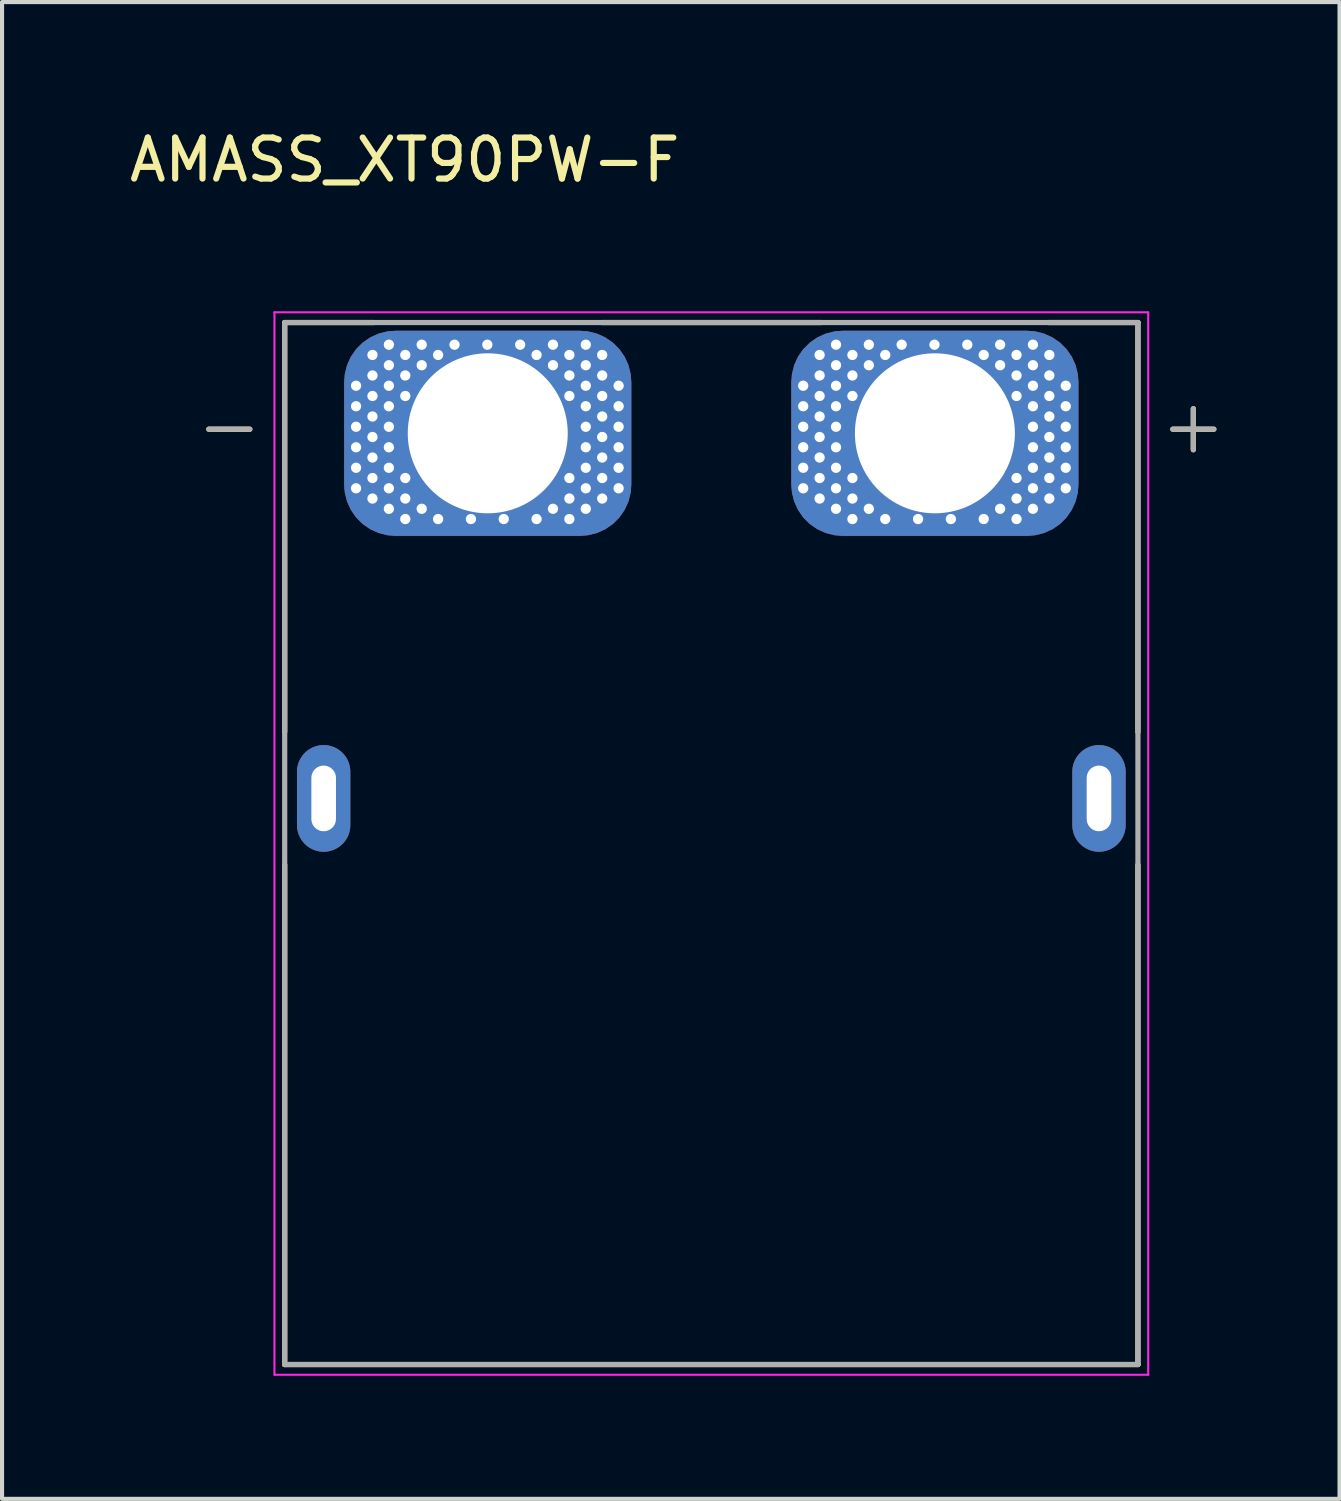
<source format=kicad_pcb>
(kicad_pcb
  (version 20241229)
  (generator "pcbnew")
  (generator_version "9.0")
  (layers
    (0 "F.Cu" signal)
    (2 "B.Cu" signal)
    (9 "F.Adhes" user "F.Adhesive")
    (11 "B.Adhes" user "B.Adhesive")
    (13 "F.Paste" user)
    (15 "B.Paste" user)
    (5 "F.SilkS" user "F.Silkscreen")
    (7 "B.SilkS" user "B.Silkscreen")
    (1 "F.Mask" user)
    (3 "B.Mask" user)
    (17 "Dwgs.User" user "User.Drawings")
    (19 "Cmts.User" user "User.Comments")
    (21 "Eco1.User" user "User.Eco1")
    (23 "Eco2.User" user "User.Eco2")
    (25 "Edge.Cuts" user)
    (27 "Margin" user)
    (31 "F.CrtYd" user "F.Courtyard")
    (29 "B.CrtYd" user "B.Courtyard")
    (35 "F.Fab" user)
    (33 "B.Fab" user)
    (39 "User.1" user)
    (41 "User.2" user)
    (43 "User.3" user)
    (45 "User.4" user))
  (footprint "AMASS_XT90PW-F"
    (layer "F.Cu")
    (at 14.29 16.413)
    (property "Reference" "AMASS_XT90PW-F" (at -7.475 -15.565 0) (layer "F.SilkS") (effects (font (size 1 1) (thickness 0.15))))
    (attr through_hole)
    (fp_line (start -11.25 -9) (end -12.25 -9) (stroke (width 0.127) (type solid)) (layer "F.SilkS"))
    (fp_line (start -10.4 -11.6) (end -10.4 -1.62) (stroke (width 0.127) (type solid)) (layer "F.SilkS"))
    (fp_line (start -10.4 -11.6) (end -8.228 -11.6) (stroke (width 0.127) (type solid)) (layer "F.SilkS"))
    (fp_line (start -10.4 13.8) (end -10.4 1.62) (stroke (width 0.127) (type solid)) (layer "F.SilkS"))
    (fp_line (start 2.672 -11.6) (end -2.672 -11.6) (stroke (width 0.127) (type solid)) (layer "F.SilkS"))
    (fp_line (start 8.228 -11.6) (end 10.4 -11.6) (stroke (width 0.127) (type solid)) (layer "F.SilkS"))
    (fp_line (start 10.4 -11.6) (end 10.4 -1.62) (stroke (width 0.127) (type solid)) (layer "F.SilkS"))
    (fp_line (start 10.4 1.62) (end 10.4 13.8) (stroke (width 0.127) (type solid)) (layer "F.SilkS"))
    (fp_line (start 10.4 13.8) (end -10.4 13.8) (stroke (width 0.127) (type solid)) (layer "F.SilkS"))
    (fp_line (start 11.25 -9) (end 12.25 -9) (stroke (width 0.127) (type solid)) (layer "F.SilkS"))
    (fp_line (start 11.75 -8.5) (end 11.75 -9.5) (stroke (width 0.127) (type solid)) (layer "F.SilkS"))
    (fp_line (start -10.65 -11.85) (end -10.65 14.05) (stroke (width 0.05) (type solid)) (layer "F.CrtYd"))
    (fp_line (start -10.65 14.05) (end 10.65 14.05) (stroke (width 0.05) (type solid)) (layer "F.CrtYd"))
    (fp_line (start 10.65 -11.85) (end -10.65 -11.85) (stroke (width 0.05) (type solid)) (layer "F.CrtYd"))
    (fp_line (start 10.65 14.05) (end 10.65 -11.85) (stroke (width 0.05) (type solid)) (layer "F.CrtYd"))
    (fp_line (start -11.25 -9) (end -12.25 -9) (stroke (width 0.127) (type solid)) (layer "F.Fab"))
    (fp_line (start -10.4 -11.6) (end 10.4 -11.6) (stroke (width 0.127) (type solid)) (layer "F.Fab"))
    (fp_line (start -10.4 13.8) (end -10.4 -11.6) (stroke (width 0.127) (type solid)) (layer "F.Fab"))
    (fp_line (start 10.4 -11.6) (end 10.4 13.8) (stroke (width 0.127) (type solid)) (layer "F.Fab"))
    (fp_line (start 10.4 13.8) (end -10.4 13.8) (stroke (width 0.127) (type solid)) (layer "F.Fab"))
    (fp_line (start 11.75 -8.5) (end 11.75 -9.5) (stroke (width 0.127) (type solid)) (layer "F.Fab"))
    (fp_line (start 12.25 -9) (end 11.25 -9) (stroke (width 0.127) (type solid)) (layer "F.Fab"))
    (pad "1" thru_hole circle (at -8.66 -10.06 270) (size 0.55 0.55) (drill 0.25) (layers "*.Cu"))
    (pad "1" thru_hole circle (at -8.66 -9.56 270) (size 0.55 0.55) (drill 0.25) (layers "*.Cu"))
    (pad "1" thru_hole circle (at -8.66 -9.06 270) (size 0.55 0.55) (drill 0.25) (layers "*.Cu"))
    (pad "1" thru_hole circle (at -8.66 -8.56 270) (size 0.55 0.55) (drill 0.25) (layers "*.Cu"))
    (pad "1" thru_hole circle (at -8.66 -8.06 270) (size 0.55 0.55) (drill 0.25) (layers "*.Cu"))
    (pad "1" thru_hole circle (at -8.66 -7.56 270) (size 0.55 0.55) (drill 0.25) (layers "*.Cu"))
    (pad "1" thru_hole circle (at -8.26 -10.81 270) (size 0.55 0.55) (drill 0.25) (layers "*.Cu"))
    (pad "1" thru_hole circle (at -8.26 -10.31 270) (size 0.55 0.55) (drill 0.25) (layers "*.Cu"))
    (pad "1" thru_hole circle (at -8.26 -9.81 270) (size 0.55 0.55) (drill 0.25) (layers "*.Cu"))
    (pad "1" thru_hole circle (at -8.26 -9.31 270) (size 0.55 0.55) (drill 0.25) (layers "*.Cu"))
    (pad "1" thru_hole circle (at -8.26 -8.81 270) (size 0.55 0.55) (drill 0.25) (layers "*.Cu"))
    (pad "1" thru_hole circle (at -8.26 -8.31 270) (size 0.55 0.55) (drill 0.25) (layers "*.Cu"))
    (pad "1" thru_hole circle (at -8.26 -7.81 270) (size 0.55 0.55) (drill 0.25) (layers "*.Cu"))
    (pad "1" thru_hole circle (at -8.26 -7.31 270) (size 0.55 0.55) (drill 0.25) (layers "*.Cu"))
    (pad "1" thru_hole circle (at -7.86 -11.06 270) (size 0.55 0.55) (drill 0.25) (layers "*.Cu"))
    (pad "1" thru_hole circle (at -7.86 -10.56 270) (size 0.55 0.55) (drill 0.25) (layers "*.Cu"))
    (pad "1" thru_hole circle (at -7.86 -10.06 270) (size 0.55 0.55) (drill 0.25) (layers "*.Cu"))
    (pad "1" thru_hole circle (at -7.86 -9.56 270) (size 0.55 0.55) (drill 0.25) (layers "*.Cu"))
    (pad "1" thru_hole circle (at -7.86 -9.06 270) (size 0.55 0.55) (drill 0.25) (layers "*.Cu"))
    (pad "1" thru_hole circle (at -7.86 -8.56 270) (size 0.55 0.55) (drill 0.25) (layers "*.Cu"))
    (pad "1" thru_hole circle (at -7.86 -8.06 270) (size 0.55 0.55) (drill 0.25) (layers "*.Cu"))
    (pad "1" thru_hole circle (at -7.86 -7.56 270) (size 0.55 0.55) (drill 0.25) (layers "*.Cu"))
    (pad "1" thru_hole circle (at -7.86 -7.06 270) (size 0.55 0.55) (drill 0.25) (layers "*.Cu"))
    (pad "1" thru_hole circle (at -7.46 -10.81 270) (size 0.55 0.55) (drill 0.25) (layers "*.Cu"))
    (pad "1" thru_hole circle (at -7.46 -10.31 270) (size 0.55 0.55) (drill 0.25) (layers "*.Cu"))
    (pad "1" thru_hole circle (at -7.46 -9.81 270) (size 0.55 0.55) (drill 0.25) (layers "*.Cu"))
    (pad "1" thru_hole circle (at -7.46 -7.81 270) (size 0.55 0.55) (drill 0.25) (layers "*.Cu"))
    (pad "1" thru_hole circle (at -7.46 -7.31 270) (size 0.55 0.55) (drill 0.25) (layers "*.Cu"))
    (pad "1" thru_hole circle (at -7.46 -6.81 270) (size 0.55 0.55) (drill 0.25) (layers "*.Cu"))
    (pad "1" thru_hole circle (at -7.06 -11.06 270) (size 0.55 0.55) (drill 0.25) (layers "*.Cu"))
    (pad "1" thru_hole circle (at -7.06 -10.56 270) (size 0.55 0.55) (drill 0.25) (layers "*.Cu"))
    (pad "1" thru_hole circle (at -7.06 -7.06 270) (size 0.55 0.55) (drill 0.25) (layers "*.Cu"))
    (pad "1" thru_hole circle (at -6.66 -10.81 270) (size 0.55 0.55) (drill 0.25) (layers "*.Cu"))
    (pad "1" thru_hole circle (at -6.66 -6.81 270) (size 0.55 0.55) (drill 0.25) (layers "*.Cu"))
    (pad "1" thru_hole circle (at -6.26 -11.06 270) (size 0.55 0.55) (drill 0.25) (layers "*.Cu"))
    (pad "1" thru_hole circle (at -5.86 -6.81 270) (size 0.55 0.55) (drill 0.25) (layers "*.Cu"))
    (pad "1" thru_hole circle (at -5.46 -11.06 270) (size 0.55 0.55) (drill 0.25) (layers "*.Cu"))
    (pad "1" thru_hole roundrect (at -5.45 -8.9) (size 7 5) (drill 3.9) (layers "*.Cu" "*.Mask") (roundrect_rratio 0.25))
    (pad "1" thru_hole circle (at -5.06 -6.81 270) (size 0.55 0.55) (drill 0.25) (layers "*.Cu"))
    (pad "1" thru_hole circle (at -4.66 -11.06 270) (size 0.55 0.55) (drill 0.25) (layers "*.Cu"))
    (pad "1" thru_hole circle (at -4.26 -10.81 270) (size 0.55 0.55) (drill 0.25) (layers "*.Cu"))
    (pad "1" thru_hole circle (at -4.26 -6.81 270) (size 0.55 0.55) (drill 0.25) (layers "*.Cu"))
    (pad "1" thru_hole circle (at -3.86 -11.06 270) (size 0.55 0.55) (drill 0.25) (layers "*.Cu"))
    (pad "1" thru_hole circle (at -3.86 -10.56 270) (size 0.55 0.55) (drill 0.25) (layers "*.Cu"))
    (pad "1" thru_hole circle (at -3.86 -7.06 270) (size 0.55 0.55) (drill 0.25) (layers "*.Cu"))
    (pad "1" thru_hole circle (at -3.46 -10.81 270) (size 0.55 0.55) (drill 0.25) (layers "*.Cu"))
    (pad "1" thru_hole circle (at -3.46 -10.31 270) (size 0.55 0.55) (drill 0.25) (layers "*.Cu"))
    (pad "1" thru_hole circle (at -3.46 -9.81 270) (size 0.55 0.55) (drill 0.25) (layers "*.Cu"))
    (pad "1" thru_hole circle (at -3.46 -7.81 270) (size 0.55 0.55) (drill 0.25) (layers "*.Cu"))
    (pad "1" thru_hole circle (at -3.46 -7.31 270) (size 0.55 0.55) (drill 0.25) (layers "*.Cu"))
    (pad "1" thru_hole circle (at -3.46 -6.81 270) (size 0.55 0.55) (drill 0.25) (layers "*.Cu"))
    (pad "1" thru_hole circle (at -3.06 -11.06 270) (size 0.55 0.55) (drill 0.25) (layers "*.Cu"))
    (pad "1" thru_hole circle (at -3.06 -10.56 270) (size 0.55 0.55) (drill 0.25) (layers "*.Cu"))
    (pad "1" thru_hole circle (at -3.06 -10.06 270) (size 0.55 0.55) (drill 0.25) (layers "*.Cu"))
    (pad "1" thru_hole circle (at -3.06 -9.56 270) (size 0.55 0.55) (drill 0.25) (layers "*.Cu"))
    (pad "1" thru_hole circle (at -3.06 -9.06 270) (size 0.55 0.55) (drill 0.25) (layers "*.Cu"))
    (pad "1" thru_hole circle (at -3.06 -8.56 270) (size 0.55 0.55) (drill 0.25) (layers "*.Cu"))
    (pad "1" thru_hole circle (at -3.06 -8.06 270) (size 0.55 0.55) (drill 0.25) (layers "*.Cu"))
    (pad "1" thru_hole circle (at -3.06 -7.56 270) (size 0.55 0.55) (drill 0.25) (layers "*.Cu"))
    (pad "1" thru_hole circle (at -3.06 -7.06 270) (size 0.55 0.55) (drill 0.25) (layers "*.Cu"))
    (pad "1" thru_hole circle (at -2.66 -10.81 270) (size 0.55 0.55) (drill 0.25) (layers "*.Cu"))
    (pad "1" thru_hole circle (at -2.66 -10.31 270) (size 0.55 0.55) (drill 0.25) (layers "*.Cu"))
    (pad "1" thru_hole circle (at -2.66 -9.81 270) (size 0.55 0.55) (drill 0.25) (layers "*.Cu"))
    (pad "1" thru_hole circle (at -2.66 -9.31 270) (size 0.55 0.55) (drill 0.25) (layers "*.Cu"))
    (pad "1" thru_hole circle (at -2.66 -8.81 270) (size 0.55 0.55) (drill 0.25) (layers "*.Cu"))
    (pad "1" thru_hole circle (at -2.66 -8.31 270) (size 0.55 0.55) (drill 0.25) (layers "*.Cu"))
    (pad "1" thru_hole circle (at -2.66 -7.81 270) (size 0.55 0.55) (drill 0.25) (layers "*.Cu"))
    (pad "1" thru_hole circle (at -2.66 -7.31 270) (size 0.55 0.55) (drill 0.25) (layers "*.Cu"))
    (pad "1" thru_hole circle (at -2.26 -10.06 270) (size 0.55 0.55) (drill 0.25) (layers "*.Cu"))
    (pad "1" thru_hole circle (at -2.26 -9.56 270) (size 0.55 0.55) (drill 0.25) (layers "*.Cu"))
    (pad "1" thru_hole circle (at -2.26 -9.06 270) (size 0.55 0.55) (drill 0.25) (layers "*.Cu"))
    (pad "1" thru_hole circle (at -2.26 -8.56 270) (size 0.55 0.55) (drill 0.25) (layers "*.Cu"))
    (pad "1" thru_hole circle (at -2.26 -8.06 270) (size 0.55 0.55) (drill 0.25) (layers "*.Cu"))
    (pad "1" thru_hole circle (at -2.26 -7.56 270) (size 0.55 0.55) (drill 0.25) (layers "*.Cu"))
    (pad "2" thru_hole circle (at 2.24 -10.06 270) (size 0.55 0.55) (drill 0.25) (layers "*.Cu"))
    (pad "2" thru_hole circle (at 2.24 -9.56 270) (size 0.55 0.55) (drill 0.25) (layers "*.Cu"))
    (pad "2" thru_hole circle (at 2.24 -9.06 270) (size 0.55 0.55) (drill 0.25) (layers "*.Cu"))
    (pad "2" thru_hole circle (at 2.24 -8.56 270) (size 0.55 0.55) (drill 0.25) (layers "*.Cu"))
    (pad "2" thru_hole circle (at 2.24 -8.06 270) (size 0.55 0.55) (drill 0.25) (layers "*.Cu"))
    (pad "2" thru_hole circle (at 2.24 -7.56 270) (size 0.55 0.55) (drill 0.25) (layers "*.Cu"))
    (pad "2" thru_hole circle (at 2.64 -10.81 270) (size 0.55 0.55) (drill 0.25) (layers "*.Cu"))
    (pad "2" thru_hole circle (at 2.64 -10.31 270) (size 0.55 0.55) (drill 0.25) (layers "*.Cu"))
    (pad "2" thru_hole circle (at 2.64 -9.81 270) (size 0.55 0.55) (drill 0.25) (layers "*.Cu"))
    (pad "2" thru_hole circle (at 2.64 -9.31 270) (size 0.55 0.55) (drill 0.25) (layers "*.Cu"))
    (pad "2" thru_hole circle (at 2.64 -8.81 270) (size 0.55 0.55) (drill 0.25) (layers "*.Cu"))
    (pad "2" thru_hole circle (at 2.64 -8.31 270) (size 0.55 0.55) (drill 0.25) (layers "*.Cu"))
    (pad "2" thru_hole circle (at 2.64 -7.81 270) (size 0.55 0.55) (drill 0.25) (layers "*.Cu"))
    (pad "2" thru_hole circle (at 2.64 -7.31 270) (size 0.55 0.55) (drill 0.25) (layers "*.Cu"))
    (pad "2" thru_hole circle (at 3.04 -11.06 270) (size 0.55 0.55) (drill 0.25) (layers "*.Cu"))
    (pad "2" thru_hole circle (at 3.04 -10.56 270) (size 0.55 0.55) (drill 0.25) (layers "*.Cu"))
    (pad "2" thru_hole circle (at 3.04 -10.06 270) (size 0.55 0.55) (drill 0.25) (layers "*.Cu"))
    (pad "2" thru_hole circle (at 3.04 -9.56 270) (size 0.55 0.55) (drill 0.25) (layers "*.Cu"))
    (pad "2" thru_hole circle (at 3.04 -9.06 270) (size 0.55 0.55) (drill 0.25) (layers "*.Cu"))
    (pad "2" thru_hole circle (at 3.04 -8.56 270) (size 0.55 0.55) (drill 0.25) (layers "*.Cu"))
    (pad "2" thru_hole circle (at 3.04 -8.06 270) (size 0.55 0.55) (drill 0.25) (layers "*.Cu"))
    (pad "2" thru_hole circle (at 3.04 -7.56 270) (size 0.55 0.55) (drill 0.25) (layers "*.Cu"))
    (pad "2" thru_hole circle (at 3.04 -7.06 270) (size 0.55 0.55) (drill 0.25) (layers "*.Cu"))
    (pad "2" thru_hole circle (at 3.44 -10.81 270) (size 0.55 0.55) (drill 0.25) (layers "*.Cu"))
    (pad "2" thru_hole circle (at 3.44 -10.31 270) (size 0.55 0.55) (drill 0.25) (layers "*.Cu"))
    (pad "2" thru_hole circle (at 3.44 -9.81 270) (size 0.55 0.55) (drill 0.25) (layers "*.Cu"))
    (pad "2" thru_hole circle (at 3.44 -7.81 270) (size 0.55 0.55) (drill 0.25) (layers "*.Cu"))
    (pad "2" thru_hole circle (at 3.44 -7.31 270) (size 0.55 0.55) (drill 0.25) (layers "*.Cu"))
    (pad "2" thru_hole circle (at 3.44 -6.81 270) (size 0.55 0.55) (drill 0.25) (layers "*.Cu"))
    (pad "2" thru_hole circle (at 3.84 -11.06 270) (size 0.55 0.55) (drill 0.25) (layers "*.Cu"))
    (pad "2" thru_hole circle (at 3.84 -10.56 270) (size 0.55 0.55) (drill 0.25) (layers "*.Cu"))
    (pad "2" thru_hole circle (at 3.84 -7.06 270) (size 0.55 0.55) (drill 0.25) (layers "*.Cu"))
    (pad "2" thru_hole circle (at 4.24 -10.81 270) (size 0.55 0.55) (drill 0.25) (layers "*.Cu"))
    (pad "2" thru_hole circle (at 4.24 -6.81 270) (size 0.55 0.55) (drill 0.25) (layers "*.Cu"))
    (pad "2" thru_hole circle (at 4.64 -11.06 270) (size 0.55 0.55) (drill 0.25) (layers "*.Cu"))
    (pad "2" thru_hole circle (at 5.04 -6.81 270) (size 0.55 0.55) (drill 0.25) (layers "*.Cu"))
    (pad "2" thru_hole circle (at 5.44 -11.06 270) (size 0.55 0.55) (drill 0.25) (layers "*.Cu"))
    (pad "2" thru_hole roundrect (at 5.45 -8.9) (size 7 5) (drill 3.9) (layers "*.Cu" "*.Mask") (roundrect_rratio 0.25))
    (pad "2" thru_hole circle (at 5.84 -6.81 270) (size 0.55 0.55) (drill 0.25) (layers "*.Cu"))
    (pad "2" thru_hole circle (at 6.24 -11.06 270) (size 0.55 0.55) (drill 0.25) (layers "*.Cu"))
    (pad "2" thru_hole circle (at 6.64 -10.81 270) (size 0.55 0.55) (drill 0.25) (layers "*.Cu"))
    (pad "2" thru_hole circle (at 6.64 -6.81 270) (size 0.55 0.55) (drill 0.25) (layers "*.Cu"))
    (pad "2" thru_hole circle (at 7.04 -11.06 270) (size 0.55 0.55) (drill 0.25) (layers "*.Cu"))
    (pad "2" thru_hole circle (at 7.04 -10.56 270) (size 0.55 0.55) (drill 0.25) (layers "*.Cu"))
    (pad "2" thru_hole circle (at 7.04 -7.06 270) (size 0.55 0.55) (drill 0.25) (layers "*.Cu"))
    (pad "2" thru_hole circle (at 7.44 -10.81 270) (size 0.55 0.55) (drill 0.25) (layers "*.Cu"))
    (pad "2" thru_hole circle (at 7.44 -10.31 270) (size 0.55 0.55) (drill 0.25) (layers "*.Cu"))
    (pad "2" thru_hole circle (at 7.44 -9.81 270) (size 0.55 0.55) (drill 0.25) (layers "*.Cu"))
    (pad "2" thru_hole circle (at 7.44 -7.81 270) (size 0.55 0.55) (drill 0.25) (layers "*.Cu"))
    (pad "2" thru_hole circle (at 7.44 -7.31 270) (size 0.55 0.55) (drill 0.25) (layers "*.Cu"))
    (pad "2" thru_hole circle (at 7.44 -6.81 270) (size 0.55 0.55) (drill 0.25) (layers "*.Cu"))
    (pad "2" thru_hole circle (at 7.84 -11.06 270) (size 0.55 0.55) (drill 0.25) (layers "*.Cu"))
    (pad "2" thru_hole circle (at 7.84 -10.56 270) (size 0.55 0.55) (drill 0.25) (layers "*.Cu"))
    (pad "2" thru_hole circle (at 7.84 -10.06 270) (size 0.55 0.55) (drill 0.25) (layers "*.Cu"))
    (pad "2" thru_hole circle (at 7.84 -9.56 270) (size 0.55 0.55) (drill 0.25) (layers "*.Cu"))
    (pad "2" thru_hole circle (at 7.84 -9.06 270) (size 0.55 0.55) (drill 0.25) (layers "*.Cu"))
    (pad "2" thru_hole circle (at 7.84 -8.56 270) (size 0.55 0.55) (drill 0.25) (layers "*.Cu"))
    (pad "2" thru_hole circle (at 7.84 -8.06 270) (size 0.55 0.55) (drill 0.25) (layers "*.Cu"))
    (pad "2" thru_hole circle (at 7.84 -7.56 270) (size 0.55 0.55) (drill 0.25) (layers "*.Cu"))
    (pad "2" thru_hole circle (at 7.84 -7.06 270) (size 0.55 0.55) (drill 0.25) (layers "*.Cu"))
    (pad "2" thru_hole circle (at 8.24 -10.81 270) (size 0.55 0.55) (drill 0.25) (layers "*.Cu"))
    (pad "2" thru_hole circle (at 8.24 -10.31 270) (size 0.55 0.55) (drill 0.25) (layers "*.Cu"))
    (pad "2" thru_hole circle (at 8.24 -9.81 270) (size 0.55 0.55) (drill 0.25) (layers "*.Cu"))
    (pad "2" thru_hole circle (at 8.24 -9.31 270) (size 0.55 0.55) (drill 0.25) (layers "*.Cu"))
    (pad "2" thru_hole circle (at 8.24 -8.81 270) (size 0.55 0.55) (drill 0.25) (layers "*.Cu"))
    (pad "2" thru_hole circle (at 8.24 -8.31 270) (size 0.55 0.55) (drill 0.25) (layers "*.Cu"))
    (pad "2" thru_hole circle (at 8.24 -7.81 270) (size 0.55 0.55) (drill 0.25) (layers "*.Cu"))
    (pad "2" thru_hole circle (at 8.24 -7.31 270) (size 0.55 0.55) (drill 0.25) (layers "*.Cu"))
    (pad "2" thru_hole circle (at 8.64 -10.06 270) (size 0.55 0.55) (drill 0.25) (layers "*.Cu"))
    (pad "2" thru_hole circle (at 8.64 -9.56 270) (size 0.55 0.55) (drill 0.25) (layers "*.Cu"))
    (pad "2" thru_hole circle (at 8.64 -9.06 270) (size 0.55 0.55) (drill 0.25) (layers "*.Cu"))
    (pad "2" thru_hole circle (at 8.64 -8.56 270) (size 0.55 0.55) (drill 0.25) (layers "*.Cu"))
    (pad "2" thru_hole circle (at 8.64 -8.06 270) (size 0.55 0.55) (drill 0.25) (layers "*.Cu"))
    (pad "2" thru_hole circle (at 8.64 -7.56 270) (size 0.55 0.55) (drill 0.25) (layers "*.Cu"))
    (pad "S1" thru_hole oval (at 9.45 0) (size 1.3 2.6) (drill oval 0.6 1.6) (layers "*.Cu" "*.Mask"))
    (pad "S2" thru_hole oval (at -9.45 0) (size 1.3 2.6) (drill oval 0.6 1.6) (layers "*.Cu" "*.Mask")))
  (gr_rect
    (start -3 -3)
    (end 29.604 33.488)
    (stroke (width 0.1) (type default))
    (fill no)
    (layer "Edge.Cuts")))
</source>
